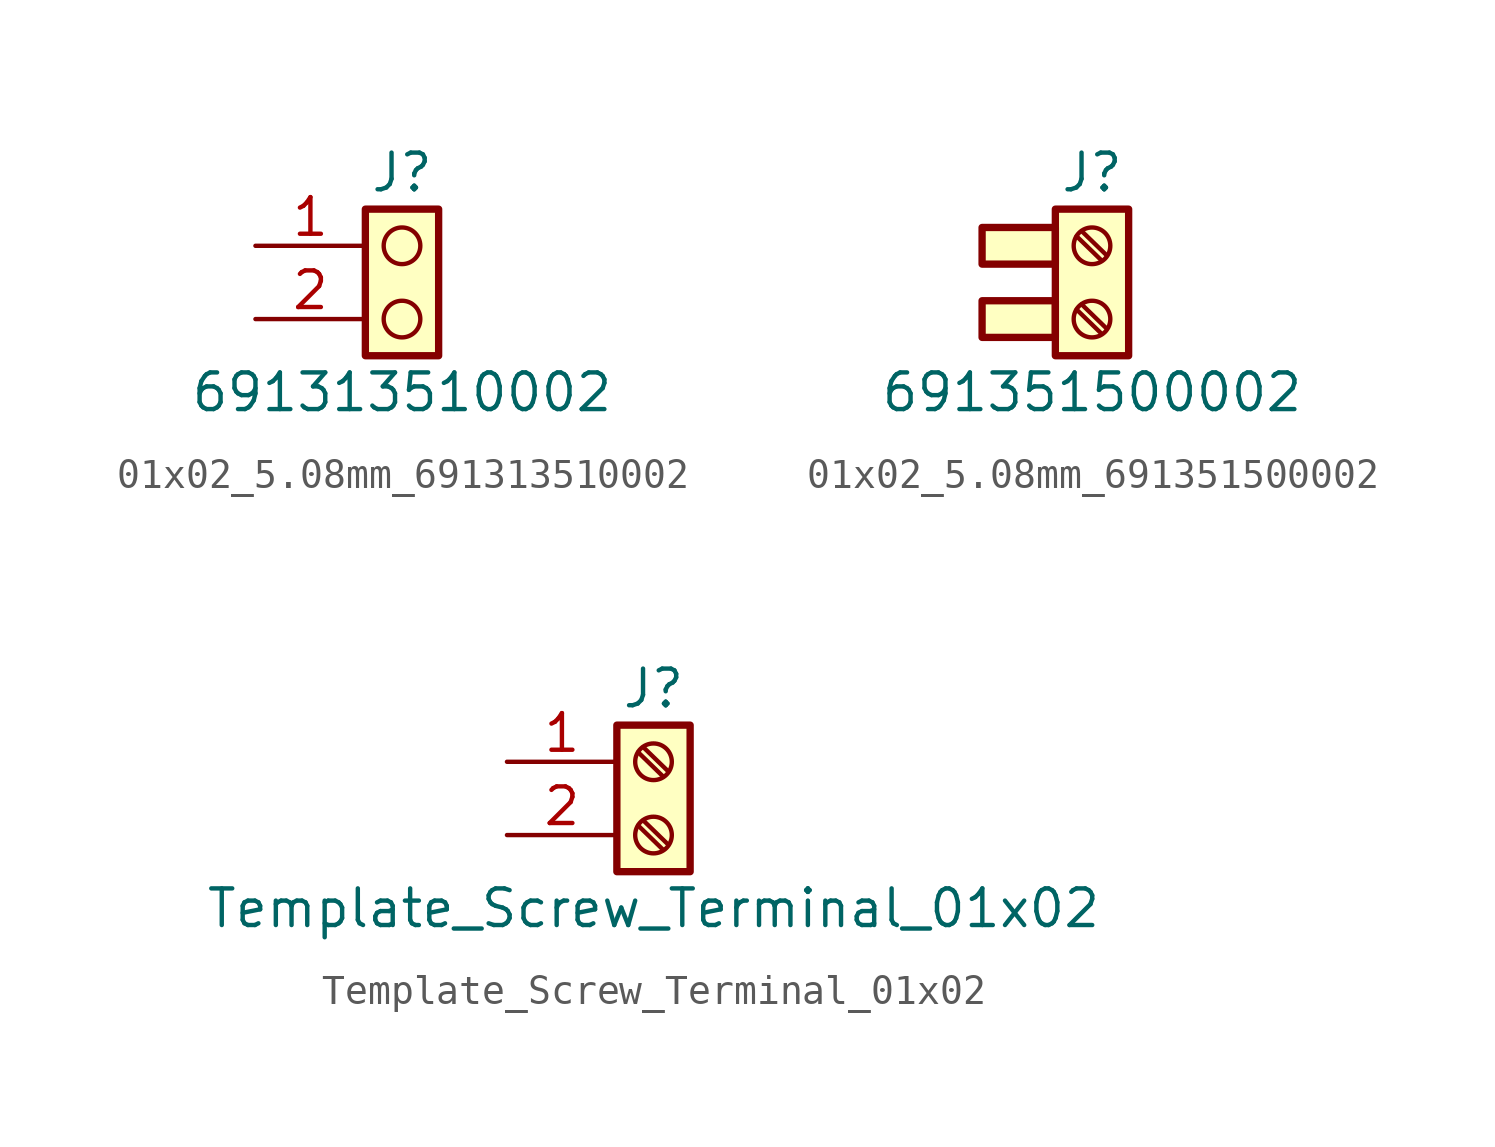
<source format=kicad_sym>
(kicad_symbol_lib
  (version 20241209)
  (generator "kicad_symbol_editor")
  (generator_version "9.0")
  (symbol "01x02_5.08mm_691313510002"
    (pin_names
      (offset 1.016)
      (hide yes))
    (property "Reference" "J"
      (at 0 2.54 0)
      (effects (font (size 1.27 1.27))))
    (property "Value" "691313510002"
      (at 0 -5.08 0)
      (effects (font (size 1.27 1.27))))
    (symbol "01x02_5.08mm_691313510002_1_1"
      (rectangle (start -1.27 1.27) (end 1.27 -3.81) (stroke (width 0.254) (type default)) (fill (type background)))
      (circle (center 0 0) (radius 0.635) (stroke (width 0.152) (type default)) (fill (type none)))
      (circle (center 0 -2.54) (radius 0.635) (stroke (width 0.152) (type default)) (fill (type none)))
      (pin passive line (at -5.08 0 0) (length 3.81) (name "Pin_1" (effects (font (size 1.27 1.27)))) (number "1" (effects (font (size 1.27 1.27)))))
      (pin passive line (at -5.08 -2.54 0) (length 3.81) (name "Pin_2" (effects (font (size 1.27 1.27)))) (number "2" (effects (font (size 1.27 1.27)))))))
  (symbol "01x02_5.08mm_691351500002"
    (pin_names
      (offset 1.016)
      (hide yes))
    (property "Reference" "J"
      (at 0 2.54 0)
      (effects (font (size 1.27 1.27))))
    (property "Value" "691351500002"
      (at 0 -5.08 0)
      (effects (font (size 1.27 1.27))))
    (symbol "01x02_5.08mm_691351500002_1_1"
      (rectangle (start -3.81 0.635) (end -1.27 -0.635) (stroke (width 0.254) (type default)) (fill (type background)))
      (rectangle (start -3.81 -1.905) (end -1.27 -3.175) (stroke (width 0.254) (type default)) (fill (type background)))
      (rectangle (start -1.27 1.27) (end 1.27 -3.81) (stroke (width 0.254) (type default)) (fill (type background)))
      (polyline (pts (xy -0.533 0.33) (xy 0.33 -0.508)) (stroke (width 0.152) (type default)) (fill (type none)))
      (polyline (pts (xy -0.533 -2.21) (xy 0.33 -3.048)) (stroke (width 0.152) (type default)) (fill (type none)))
      (polyline (pts (xy -0.356 0.508) (xy 0.508 -0.33)) (stroke (width 0.152) (type default)) (fill (type none)))
      (polyline (pts (xy -0.356 -2.032) (xy 0.508 -2.87)) (stroke (width 0.152) (type default)) (fill (type none)))
      (circle (center 0 0) (radius 0.635) (stroke (width 0.152) (type default)) (fill (type none)))
      (circle (center 0 -2.54) (radius 0.635) (stroke (width 0.152) (type default)) (fill (type none)))))
  (symbol "Template_Screw_Terminal_01x02"
    (pin_names
      (offset 1.016)
      (hide yes))
    (property "Reference" "J"
      (at 0 2.54 0)
      (effects (font (size 1.27 1.27))))
    (property "Value" "Template_Screw_Terminal_01x02"
      (at 0 -5.08 0)
      (effects (font (size 1.27 1.27))))
    (symbol "Template_Screw_Terminal_01x02_1_1"
      (rectangle (start -1.27 1.27) (end 1.27 -3.81) (stroke (width 0.254) (type default)) (fill (type background)))
      (polyline (pts (xy -0.533 0.33) (xy 0.33 -0.508)) (stroke (width 0.152) (type default)) (fill (type none)))
      (polyline (pts (xy -0.533 -2.21) (xy 0.33 -3.048)) (stroke (width 0.152) (type default)) (fill (type none)))
      (polyline (pts (xy -0.356 0.508) (xy 0.508 -0.33)) (stroke (width 0.152) (type default)) (fill (type none)))
      (polyline (pts (xy -0.356 -2.032) (xy 0.508 -2.87)) (stroke (width 0.152) (type default)) (fill (type none)))
      (circle (center 0 0) (radius 0.635) (stroke (width 0.152) (type default)) (fill (type none)))
      (circle (center 0 -2.54) (radius 0.635) (stroke (width 0.152) (type default)) (fill (type none)))
      (pin passive line (at -5.08 0 0) (length 3.81) (name "Pin_1" (effects (font (size 1.27 1.27)))) (number "1" (effects (font (size 1.27 1.27)))))
      (pin passive line (at -5.08 -2.54 0) (length 3.81) (name "Pin_2" (effects (font (size 1.27 1.27)))) (number "2" (effects (font (size 1.27 1.27))))))))
</source>
